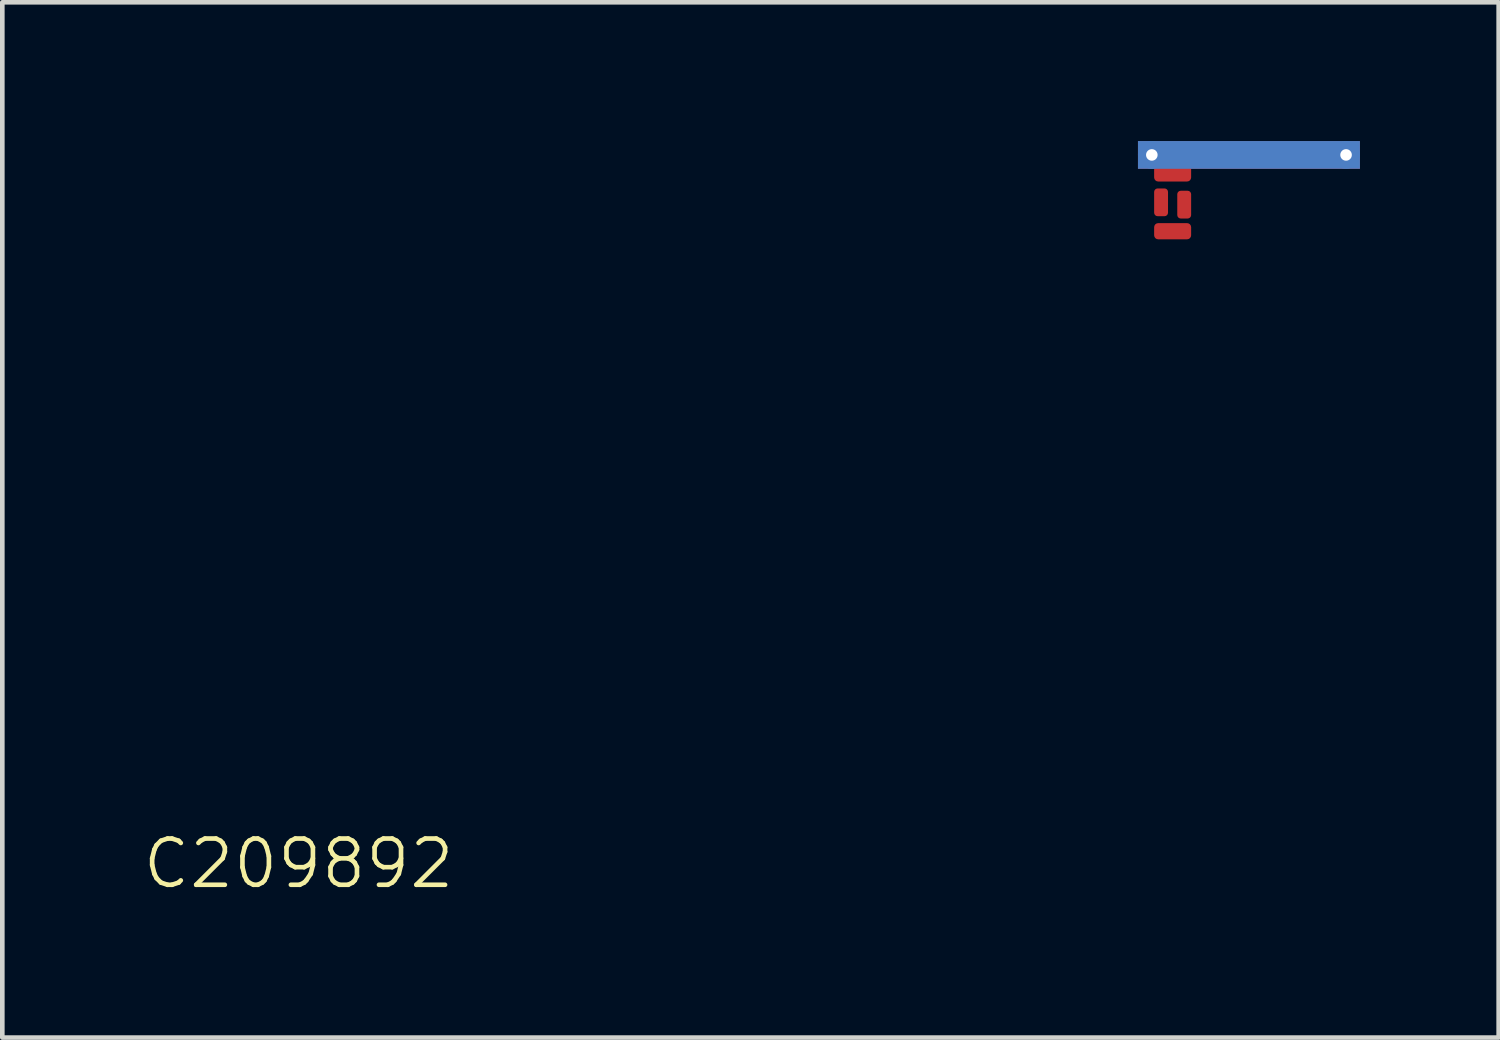
<source format=kicad_pcb>
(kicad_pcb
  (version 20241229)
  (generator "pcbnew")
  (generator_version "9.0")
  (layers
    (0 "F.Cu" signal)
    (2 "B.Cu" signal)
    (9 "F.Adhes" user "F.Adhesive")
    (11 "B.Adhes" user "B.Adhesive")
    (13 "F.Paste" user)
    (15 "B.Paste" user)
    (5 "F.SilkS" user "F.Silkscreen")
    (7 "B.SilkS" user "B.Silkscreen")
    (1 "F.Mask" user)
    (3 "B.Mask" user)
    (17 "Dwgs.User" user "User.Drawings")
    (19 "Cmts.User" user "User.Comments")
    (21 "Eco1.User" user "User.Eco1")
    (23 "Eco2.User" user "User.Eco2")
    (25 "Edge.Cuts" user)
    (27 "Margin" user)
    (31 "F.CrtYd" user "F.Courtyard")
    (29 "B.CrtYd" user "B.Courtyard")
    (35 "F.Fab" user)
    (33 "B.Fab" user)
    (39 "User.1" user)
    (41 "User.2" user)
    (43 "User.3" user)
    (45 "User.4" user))
  (footprint "C209892"
    (layer "F.Cu")
    (at 22.307 1.925)
    (property "Reference" "C209892" (at -18.9 13.7 0) (unlocked yes) (layer "F.SilkS") (effects (font (size 1 1) (thickness 0.1))))
    (attr smd)
    (fp_rect (start -0.75 -1.925) (end 4.05 -1.325) (stroke (width 0) (type solid)) (fill yes) (layer "F.Cu"))
    (fp_rect (start -0.75 -1.925) (end 4.05 -1.325) (stroke (width 0) (type solid)) (fill yes) (layer "B.Cu"))
    (pad "1" thru_hole circle (at -0.45 -1.625 90) (size 0.6 0.6) (drill 0.25) (layers "*.Cu" "*.Mask"))
    (pad "1" smd roundrect (at -0.25 -0.6 90) (size 0.6 0.3) (layers "F.Cu" "F.Mask" "F.Paste") (roundrect_rratio 0.25))
    (pad "1" smd roundrect (at 0 -1.225) (size 0.8 0.35) (layers "F.Cu" "F.Mask" "F.Paste") (roundrect_rratio 0.25))
    (pad "1" smd roundrect (at 0 0.025) (size 0.8 0.35) (layers "F.Cu" "F.Mask" "F.Paste") (roundrect_rratio 0.25))
    (pad "1" smd roundrect (at 0.25 -0.55 90) (size 0.6 0.3) (layers "F.Cu" "F.Mask" "F.Paste") (roundrect_rratio 0.25))
    (pad "1" thru_hole circle (at 3.75 -1.625 90) (size 0.6 0.6) (drill 0.25) (layers "*.Cu" "*.Mask")))
  (gr_rect
    (start -3 -3)
    (end 29.357 19.386)
    (stroke (width 0.1) (type default))
    (fill no)
    (layer "Edge.Cuts")))
</source>
